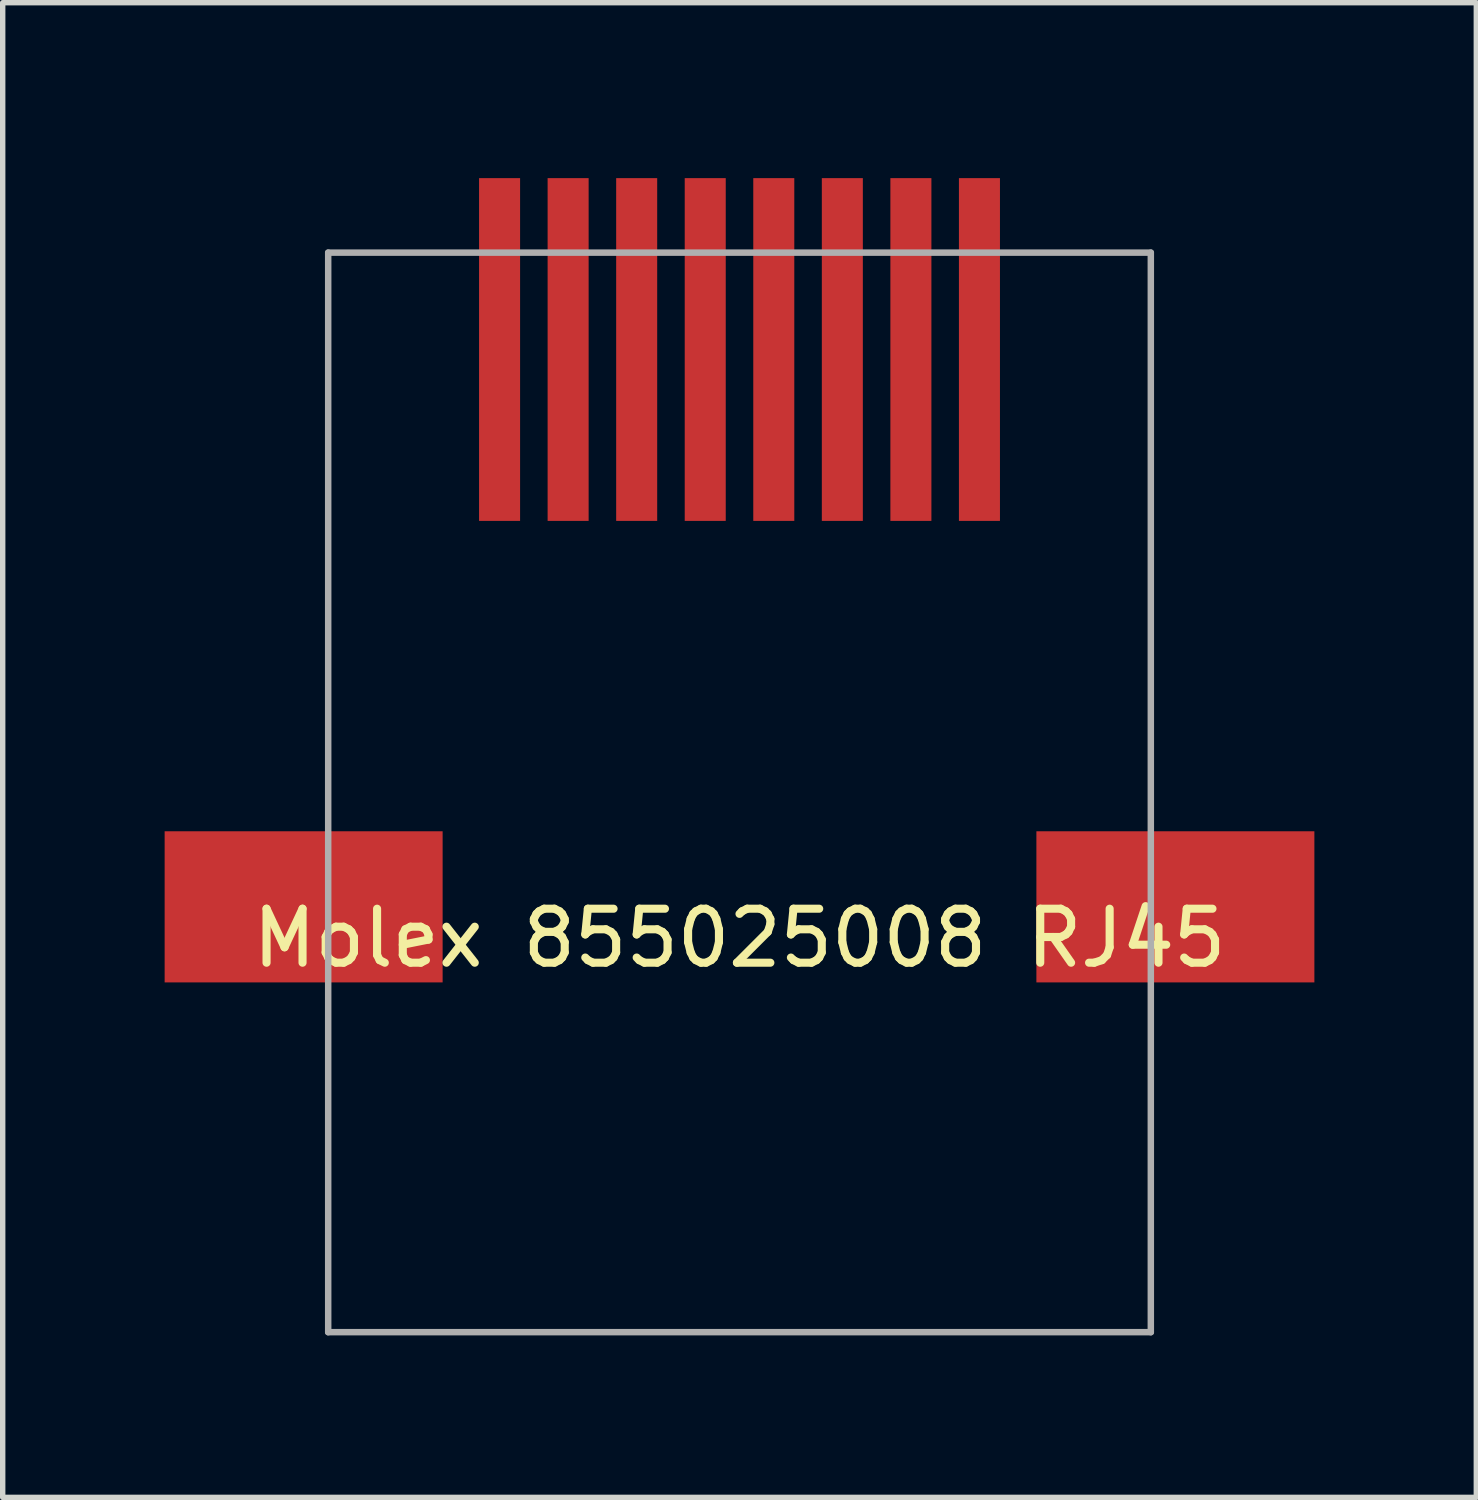
<source format=kicad_pcb>
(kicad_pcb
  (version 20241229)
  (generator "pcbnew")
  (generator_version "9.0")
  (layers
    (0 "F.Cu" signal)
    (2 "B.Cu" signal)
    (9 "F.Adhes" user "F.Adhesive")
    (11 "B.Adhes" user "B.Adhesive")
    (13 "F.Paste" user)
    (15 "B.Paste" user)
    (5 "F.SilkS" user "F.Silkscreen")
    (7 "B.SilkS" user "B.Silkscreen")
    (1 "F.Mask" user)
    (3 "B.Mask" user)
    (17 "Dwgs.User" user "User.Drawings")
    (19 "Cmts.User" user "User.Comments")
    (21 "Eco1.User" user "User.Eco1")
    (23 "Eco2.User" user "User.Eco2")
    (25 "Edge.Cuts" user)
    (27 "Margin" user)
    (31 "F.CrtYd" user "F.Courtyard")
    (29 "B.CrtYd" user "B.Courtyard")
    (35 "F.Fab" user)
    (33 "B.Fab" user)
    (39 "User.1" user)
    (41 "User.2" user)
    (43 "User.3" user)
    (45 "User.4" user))
  (footprint "Molex 855025008 RJ45"
    (layer "F.Cu")
    (at 10.65 0.25)
    (property "Reference" "Molex 855025008 RJ45" (at 0 14.08 0) (layer "F.SilkS") (effects (font (size 1 1) (thickness 0.15))))
    (attr through_hole)
    (fp_line (start -7.62 1.38) (end 7.62 1.38) (stroke (width 0.12) (type solid)) (layer "F.Fab"))
    (fp_line (start -7.62 21.38) (end -7.62 1.38) (stroke (width 0.12) (type solid)) (layer "F.Fab"))
    (fp_line (start 7.62 1.38) (end 7.62 21.38) (stroke (width 0.12) (type solid)) (layer "F.Fab"))
    (fp_line (start 7.62 21.38) (end -7.62 21.38) (stroke (width 0.12) (type solid)) (layer "F.Fab"))
    (pad "1" smd rect (at -4.445 0) (size 0.76 6.35) (drill (offset 0 3.175)) (layers "F.Cu" "F.Mask" "F.Paste"))
    (pad "2" smd rect (at -3.175 0) (size 0.76 6.35) (drill (offset 0 3.175)) (layers "F.Cu" "F.Mask" "F.Paste"))
    (pad "3" smd rect (at -1.905 0) (size 0.76 6.35) (drill (offset 0 3.175)) (layers "F.Cu" "F.Mask" "F.Paste"))
    (pad "4" smd rect (at -0.635 0) (size 0.76 6.35) (drill (offset 0 3.175)) (layers "F.Cu" "F.Mask" "F.Paste"))
    (pad "5" smd rect (at 0.635 0) (size 0.76 6.35) (drill (offset 0 3.175)) (layers "F.Cu" "F.Mask" "F.Paste"))
    (pad "6" smd rect (at 1.905 0) (size 0.76 6.35) (drill (offset 0 3.175)) (layers "F.Cu" "F.Mask" "F.Paste"))
    (pad "7" smd rect (at 3.175 0) (size 0.76 6.35) (drill (offset 0 3.175)) (layers "F.Cu" "F.Mask" "F.Paste"))
    (pad "8" smd rect (at 4.445 0) (size 0.76 6.35) (drill (offset 0 3.175)) (layers "F.Cu" "F.Mask" "F.Paste"))
    (pad "~" smd rect (at -5.5 14.9) (size 5.15 2.8) (drill (offset -2.575 -1.4)) (layers "F.Cu" "F.Mask" "F.Paste"))
    (pad "~" smd rect (at 5.5 14.9) (size 5.15 2.8) (drill (offset 2.575 -1.4)) (layers "F.Cu" "F.Mask" "F.Paste")))
  (gr_rect
    (start -3 -3)
    (end 24.3 24.69)
    (stroke (width 0.1) (type default))
    (fill no)
    (layer "Edge.Cuts")))
</source>
